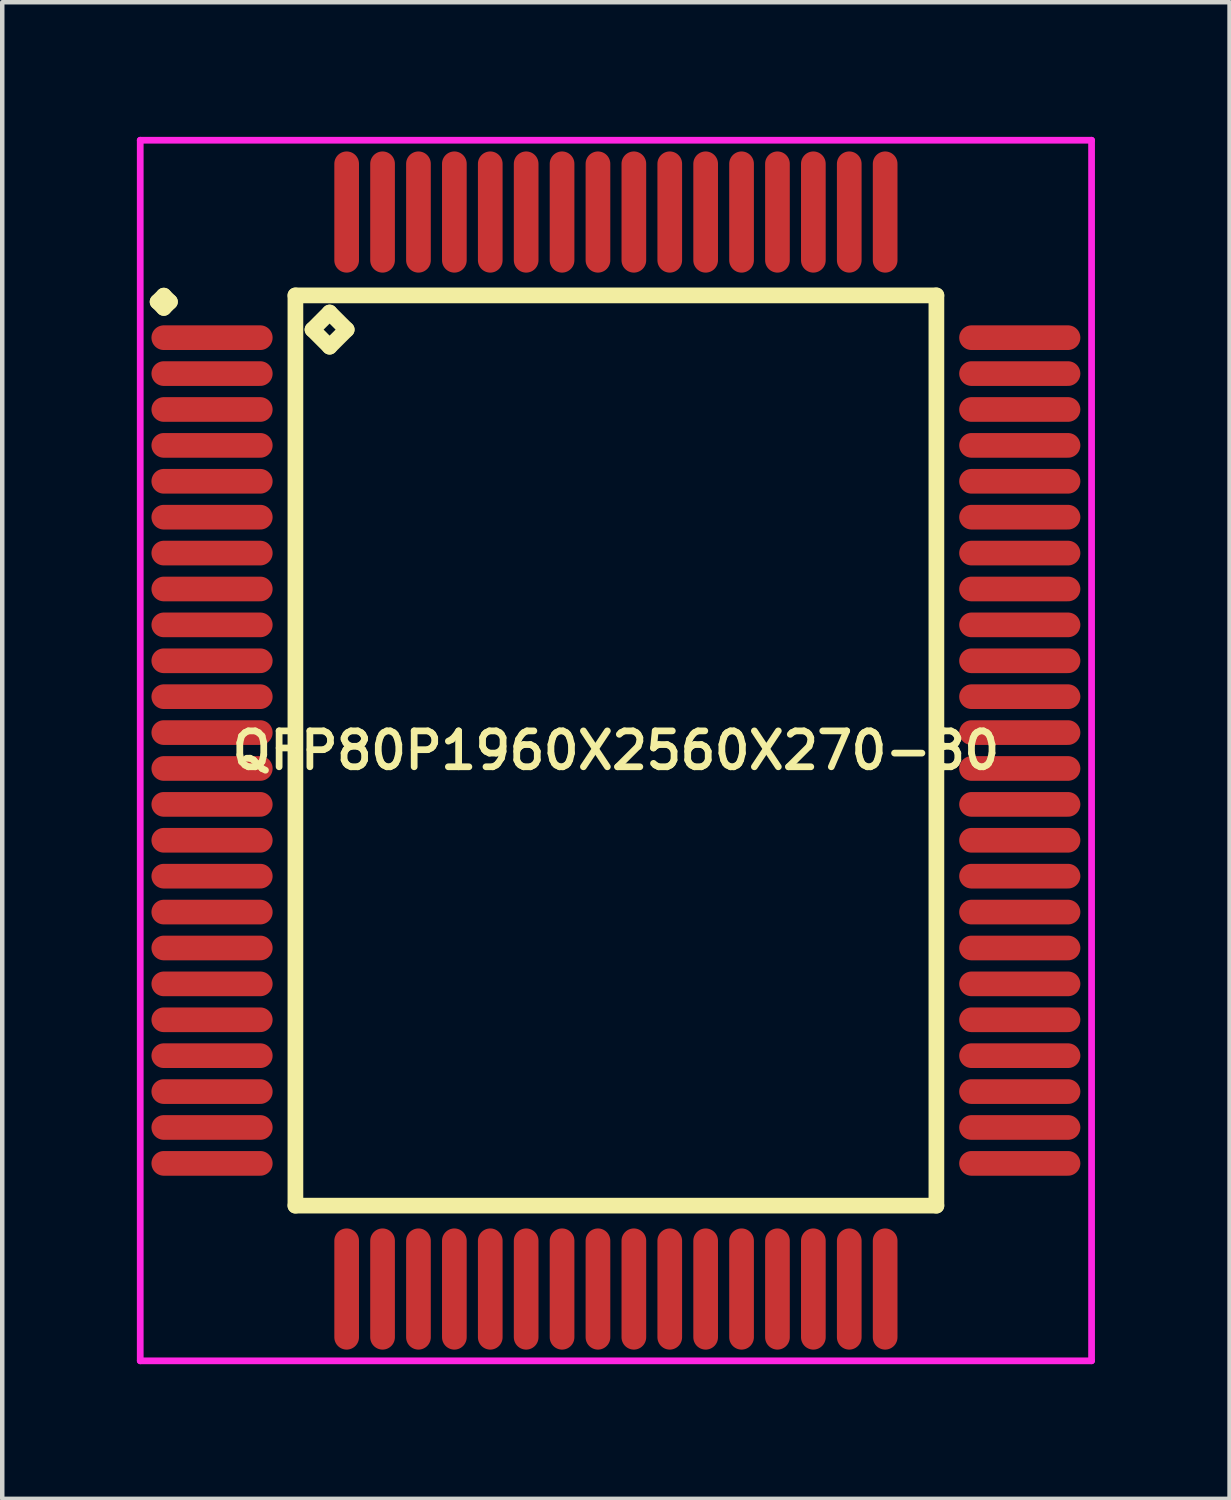
<source format=kicad_pcb>
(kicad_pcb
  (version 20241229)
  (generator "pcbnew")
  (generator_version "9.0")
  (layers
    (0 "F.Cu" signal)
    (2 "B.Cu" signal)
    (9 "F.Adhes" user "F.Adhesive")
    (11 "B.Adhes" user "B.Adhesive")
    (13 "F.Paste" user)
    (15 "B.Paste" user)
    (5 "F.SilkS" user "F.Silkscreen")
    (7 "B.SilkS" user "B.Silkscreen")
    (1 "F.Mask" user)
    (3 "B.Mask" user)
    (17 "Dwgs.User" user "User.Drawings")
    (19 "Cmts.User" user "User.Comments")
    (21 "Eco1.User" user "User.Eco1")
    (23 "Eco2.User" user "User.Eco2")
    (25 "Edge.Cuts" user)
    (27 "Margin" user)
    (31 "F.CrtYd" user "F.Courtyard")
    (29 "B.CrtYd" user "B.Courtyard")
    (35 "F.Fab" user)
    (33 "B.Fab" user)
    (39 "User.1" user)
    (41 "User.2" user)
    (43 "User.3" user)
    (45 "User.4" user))
  (footprint "QFP80P1960X2560X270-80"
    (layer "F.Cu")
    (at 10.675 13.675)
    (property "Reference" "QFP80P1960X2560X270-80" (at 0 0 0) (layer "F.SilkS") (effects (font (size 0.8 0.8) (thickness 0.15))))
    (attr through_hole)
    (fp_line (start -10.213 -10) (end -10.075 -10.137) (stroke (width 0.35) (type solid)) (layer "F.SilkS"))
    (fp_line (start -10.075 -10.137) (end -9.938 -10) (stroke (width 0.35) (type solid)) (layer "F.SilkS"))
    (fp_line (start -10.075 -9.863) (end -10.213 -10) (stroke (width 0.35) (type solid)) (layer "F.SilkS"))
    (fp_line (start -9.938 -10) (end -10.075 -9.863) (stroke (width 0.35) (type solid)) (layer "F.SilkS"))
    (fp_line (start -7.142 -10.142) (end -7.142 10.142) (stroke (width 0.35) (type solid)) (layer "F.SilkS"))
    (fp_line (start -7.142 10.142) (end 7.142 10.142) (stroke (width 0.35) (type solid)) (layer "F.SilkS"))
    (fp_line (start -6.761 -9.38) (end -6.38 -9.761) (stroke (width 0.35) (type solid)) (layer "F.SilkS"))
    (fp_line (start -6.38 -9.761) (end -5.999 -9.38) (stroke (width 0.35) (type solid)) (layer "F.SilkS"))
    (fp_line (start -6.38 -8.999) (end -6.761 -9.38) (stroke (width 0.35) (type solid)) (layer "F.SilkS"))
    (fp_line (start -5.999 -9.38) (end -6.38 -8.999) (stroke (width 0.35) (type solid)) (layer "F.SilkS"))
    (fp_line (start 7.142 -10.142) (end -7.142 -10.142) (stroke (width 0.35) (type solid)) (layer "F.SilkS"))
    (fp_line (start 7.142 10.142) (end 7.142 -10.142) (stroke (width 0.35) (type solid)) (layer "F.SilkS"))
    (fp_line (start -10.6 -13.6) (end 10.6 -13.6) (stroke (width 0.15) (type solid)) (layer "F.CrtYd"))
    (fp_line (start -10.6 13.6) (end -10.6 -13.6) (stroke (width 0.15) (type solid)) (layer "F.CrtYd"))
    (fp_line (start 10.6 -13.6) (end 10.6 13.6) (stroke (width 0.15) (type solid)) (layer "F.CrtYd"))
    (fp_line (start 10.6 13.6) (end -10.6 13.6) (stroke (width 0.15) (type solid)) (layer "F.CrtYd"))
    (pad "1" smd oval (at -9 -9.2) (size 2.7 0.55) (layers "F.Cu" "F.Mask" "F.Paste"))
    (pad "2" smd oval (at -9 -8.4) (size 2.7 0.55) (layers "F.Cu" "F.Mask" "F.Paste"))
    (pad "3" smd oval (at -9 -7.6) (size 2.7 0.55) (layers "F.Cu" "F.Mask" "F.Paste"))
    (pad "4" smd oval (at -9 -6.8) (size 2.7 0.55) (layers "F.Cu" "F.Mask" "F.Paste"))
    (pad "5" smd oval (at -9 -6) (size 2.7 0.55) (layers "F.Cu" "F.Mask" "F.Paste"))
    (pad "6" smd oval (at -9 -5.2) (size 2.7 0.55) (layers "F.Cu" "F.Mask" "F.Paste"))
    (pad "7" smd oval (at -9 -4.4) (size 2.7 0.55) (layers "F.Cu" "F.Mask" "F.Paste"))
    (pad "8" smd oval (at -9 -3.6) (size 2.7 0.55) (layers "F.Cu" "F.Mask" "F.Paste"))
    (pad "9" smd oval (at -9 -2.8) (size 2.7 0.55) (layers "F.Cu" "F.Mask" "F.Paste"))
    (pad "10" smd oval (at -9 -2) (size 2.7 0.55) (layers "F.Cu" "F.Mask" "F.Paste"))
    (pad "11" smd oval (at -9 -1.2) (size 2.7 0.55) (layers "F.Cu" "F.Mask" "F.Paste"))
    (pad "12" smd oval (at -9 -0.4) (size 2.7 0.55) (layers "F.Cu" "F.Mask" "F.Paste"))
    (pad "13" smd oval (at -9 0.4) (size 2.7 0.55) (layers "F.Cu" "F.Mask" "F.Paste"))
    (pad "14" smd oval (at -9 1.2) (size 2.7 0.55) (layers "F.Cu" "F.Mask" "F.Paste"))
    (pad "15" smd oval (at -9 2) (size 2.7 0.55) (layers "F.Cu" "F.Mask" "F.Paste"))
    (pad "16" smd oval (at -9 2.8) (size 2.7 0.55) (layers "F.Cu" "F.Mask" "F.Paste"))
    (pad "17" smd oval (at -9 3.6) (size 2.7 0.55) (layers "F.Cu" "F.Mask" "F.Paste"))
    (pad "18" smd oval (at -9 4.4) (size 2.7 0.55) (layers "F.Cu" "F.Mask" "F.Paste"))
    (pad "19" smd oval (at -9 5.2) (size 2.7 0.55) (layers "F.Cu" "F.Mask" "F.Paste"))
    (pad "20" smd oval (at -9 6) (size 2.7 0.55) (layers "F.Cu" "F.Mask" "F.Paste"))
    (pad "21" smd oval (at -9 6.8) (size 2.7 0.55) (layers "F.Cu" "F.Mask" "F.Paste"))
    (pad "22" smd oval (at -9 7.6) (size 2.7 0.55) (layers "F.Cu" "F.Mask" "F.Paste"))
    (pad "23" smd oval (at -9 8.4) (size 2.7 0.55) (layers "F.Cu" "F.Mask" "F.Paste"))
    (pad "24" smd oval (at -9 9.2) (size 2.7 0.55) (layers "F.Cu" "F.Mask" "F.Paste"))
    (pad "25" smd oval (at -6 12) (size 0.55 2.7) (layers "F.Cu" "F.Mask" "F.Paste"))
    (pad "26" smd oval (at -5.2 12) (size 0.55 2.7) (layers "F.Cu" "F.Mask" "F.Paste"))
    (pad "27" smd oval (at -4.4 12) (size 0.55 2.7) (layers "F.Cu" "F.Mask" "F.Paste"))
    (pad "28" smd oval (at -3.6 12) (size 0.55 2.7) (layers "F.Cu" "F.Mask" "F.Paste"))
    (pad "29" smd oval (at -2.8 12) (size 0.55 2.7) (layers "F.Cu" "F.Mask" "F.Paste"))
    (pad "30" smd oval (at -2 12) (size 0.55 2.7) (layers "F.Cu" "F.Mask" "F.Paste"))
    (pad "31" smd oval (at -1.2 12) (size 0.55 2.7) (layers "F.Cu" "F.Mask" "F.Paste"))
    (pad "32" smd oval (at -0.4 12) (size 0.55 2.7) (layers "F.Cu" "F.Mask" "F.Paste"))
    (pad "33" smd oval (at 0.4 12) (size 0.55 2.7) (layers "F.Cu" "F.Mask" "F.Paste"))
    (pad "34" smd oval (at 1.2 12) (size 0.55 2.7) (layers "F.Cu" "F.Mask" "F.Paste"))
    (pad "35" smd oval (at 2 12) (size 0.55 2.7) (layers "F.Cu" "F.Mask" "F.Paste"))
    (pad "36" smd oval (at 2.8 12) (size 0.55 2.7) (layers "F.Cu" "F.Mask" "F.Paste"))
    (pad "37" smd oval (at 3.6 12) (size 0.55 2.7) (layers "F.Cu" "F.Mask" "F.Paste"))
    (pad "38" smd oval (at 4.4 12) (size 0.55 2.7) (layers "F.Cu" "F.Mask" "F.Paste"))
    (pad "39" smd oval (at 5.2 12) (size 0.55 2.7) (layers "F.Cu" "F.Mask" "F.Paste"))
    (pad "40" smd oval (at 6 12) (size 0.55 2.7) (layers "F.Cu" "F.Mask" "F.Paste"))
    (pad "41" smd oval (at 9 9.2) (size 2.7 0.55) (layers "F.Cu" "F.Mask" "F.Paste"))
    (pad "42" smd oval (at 9 8.4) (size 2.7 0.55) (layers "F.Cu" "F.Mask" "F.Paste"))
    (pad "43" smd oval (at 9 7.6) (size 2.7 0.55) (layers "F.Cu" "F.Mask" "F.Paste"))
    (pad "44" smd oval (at 9 6.8) (size 2.7 0.55) (layers "F.Cu" "F.Mask" "F.Paste"))
    (pad "45" smd oval (at 9 6) (size 2.7 0.55) (layers "F.Cu" "F.Mask" "F.Paste"))
    (pad "46" smd oval (at 9 5.2) (size 2.7 0.55) (layers "F.Cu" "F.Mask" "F.Paste"))
    (pad "47" smd oval (at 9 4.4) (size 2.7 0.55) (layers "F.Cu" "F.Mask" "F.Paste"))
    (pad "48" smd oval (at 9 3.6) (size 2.7 0.55) (layers "F.Cu" "F.Mask" "F.Paste"))
    (pad "49" smd oval (at 9 2.8) (size 2.7 0.55) (layers "F.Cu" "F.Mask" "F.Paste"))
    (pad "50" smd oval (at 9 2) (size 2.7 0.55) (layers "F.Cu" "F.Mask" "F.Paste"))
    (pad "51" smd oval (at 9 1.2) (size 2.7 0.55) (layers "F.Cu" "F.Mask" "F.Paste"))
    (pad "52" smd oval (at 9 0.4) (size 2.7 0.55) (layers "F.Cu" "F.Mask" "F.Paste"))
    (pad "53" smd oval (at 9 -0.4) (size 2.7 0.55) (layers "F.Cu" "F.Mask" "F.Paste"))
    (pad "54" smd oval (at 9 -1.2) (size 2.7 0.55) (layers "F.Cu" "F.Mask" "F.Paste"))
    (pad "55" smd oval (at 9 -2) (size 2.7 0.55) (layers "F.Cu" "F.Mask" "F.Paste"))
    (pad "56" smd oval (at 9 -2.8) (size 2.7 0.55) (layers "F.Cu" "F.Mask" "F.Paste"))
    (pad "57" smd oval (at 9 -3.6) (size 2.7 0.55) (layers "F.Cu" "F.Mask" "F.Paste"))
    (pad "58" smd oval (at 9 -4.4) (size 2.7 0.55) (layers "F.Cu" "F.Mask" "F.Paste"))
    (pad "59" smd oval (at 9 -5.2) (size 2.7 0.55) (layers "F.Cu" "F.Mask" "F.Paste"))
    (pad "60" smd oval (at 9 -6) (size 2.7 0.55) (layers "F.Cu" "F.Mask" "F.Paste"))
    (pad "61" smd oval (at 9 -6.8) (size 2.7 0.55) (layers "F.Cu" "F.Mask" "F.Paste"))
    (pad "62" smd oval (at 9 -7.6) (size 2.7 0.55) (layers "F.Cu" "F.Mask" "F.Paste"))
    (pad "63" smd oval (at 9 -8.4) (size 2.7 0.55) (layers "F.Cu" "F.Mask" "F.Paste"))
    (pad "64" smd oval (at 9 -9.2) (size 2.7 0.55) (layers "F.Cu" "F.Mask" "F.Paste"))
    (pad "65" smd oval (at 6 -12) (size 0.55 2.7) (layers "F.Cu" "F.Mask" "F.Paste"))
    (pad "66" smd oval (at 5.2 -12) (size 0.55 2.7) (layers "F.Cu" "F.Mask" "F.Paste"))
    (pad "67" smd oval (at 4.4 -12) (size 0.55 2.7) (layers "F.Cu" "F.Mask" "F.Paste"))
    (pad "68" smd oval (at 3.6 -12) (size 0.55 2.7) (layers "F.Cu" "F.Mask" "F.Paste"))
    (pad "69" smd oval (at 2.8 -12) (size 0.55 2.7) (layers "F.Cu" "F.Mask" "F.Paste"))
    (pad "70" smd oval (at 2 -12) (size 0.55 2.7) (layers "F.Cu" "F.Mask" "F.Paste"))
    (pad "71" smd oval (at 1.2 -12) (size 0.55 2.7) (layers "F.Cu" "F.Mask" "F.Paste"))
    (pad "72" smd oval (at 0.4 -12) (size 0.55 2.7) (layers "F.Cu" "F.Mask" "F.Paste"))
    (pad "73" smd oval (at -0.4 -12) (size 0.55 2.7) (layers "F.Cu" "F.Mask" "F.Paste"))
    (pad "74" smd oval (at -1.2 -12) (size 0.55 2.7) (layers "F.Cu" "F.Mask" "F.Paste"))
    (pad "75" smd oval (at -2 -12) (size 0.55 2.7) (layers "F.Cu" "F.Mask" "F.Paste"))
    (pad "76" smd oval (at -2.8 -12) (size 0.55 2.7) (layers "F.Cu" "F.Mask" "F.Paste"))
    (pad "77" smd oval (at -3.6 -12) (size 0.55 2.7) (layers "F.Cu" "F.Mask" "F.Paste"))
    (pad "78" smd oval (at -4.4 -12) (size 0.55 2.7) (layers "F.Cu" "F.Mask" "F.Paste"))
    (pad "79" smd oval (at -5.2 -12) (size 0.55 2.7) (layers "F.Cu" "F.Mask" "F.Paste"))
    (pad "80" smd oval (at -6 -12) (size 0.55 2.7) (layers "F.Cu" "F.Mask" "F.Paste")))
  (gr_rect
    (start -3 -3)
    (end 24.35 30.35)
    (stroke (width 0.1) (type default))
    (fill no)
    (layer "Edge.Cuts")))
</source>
